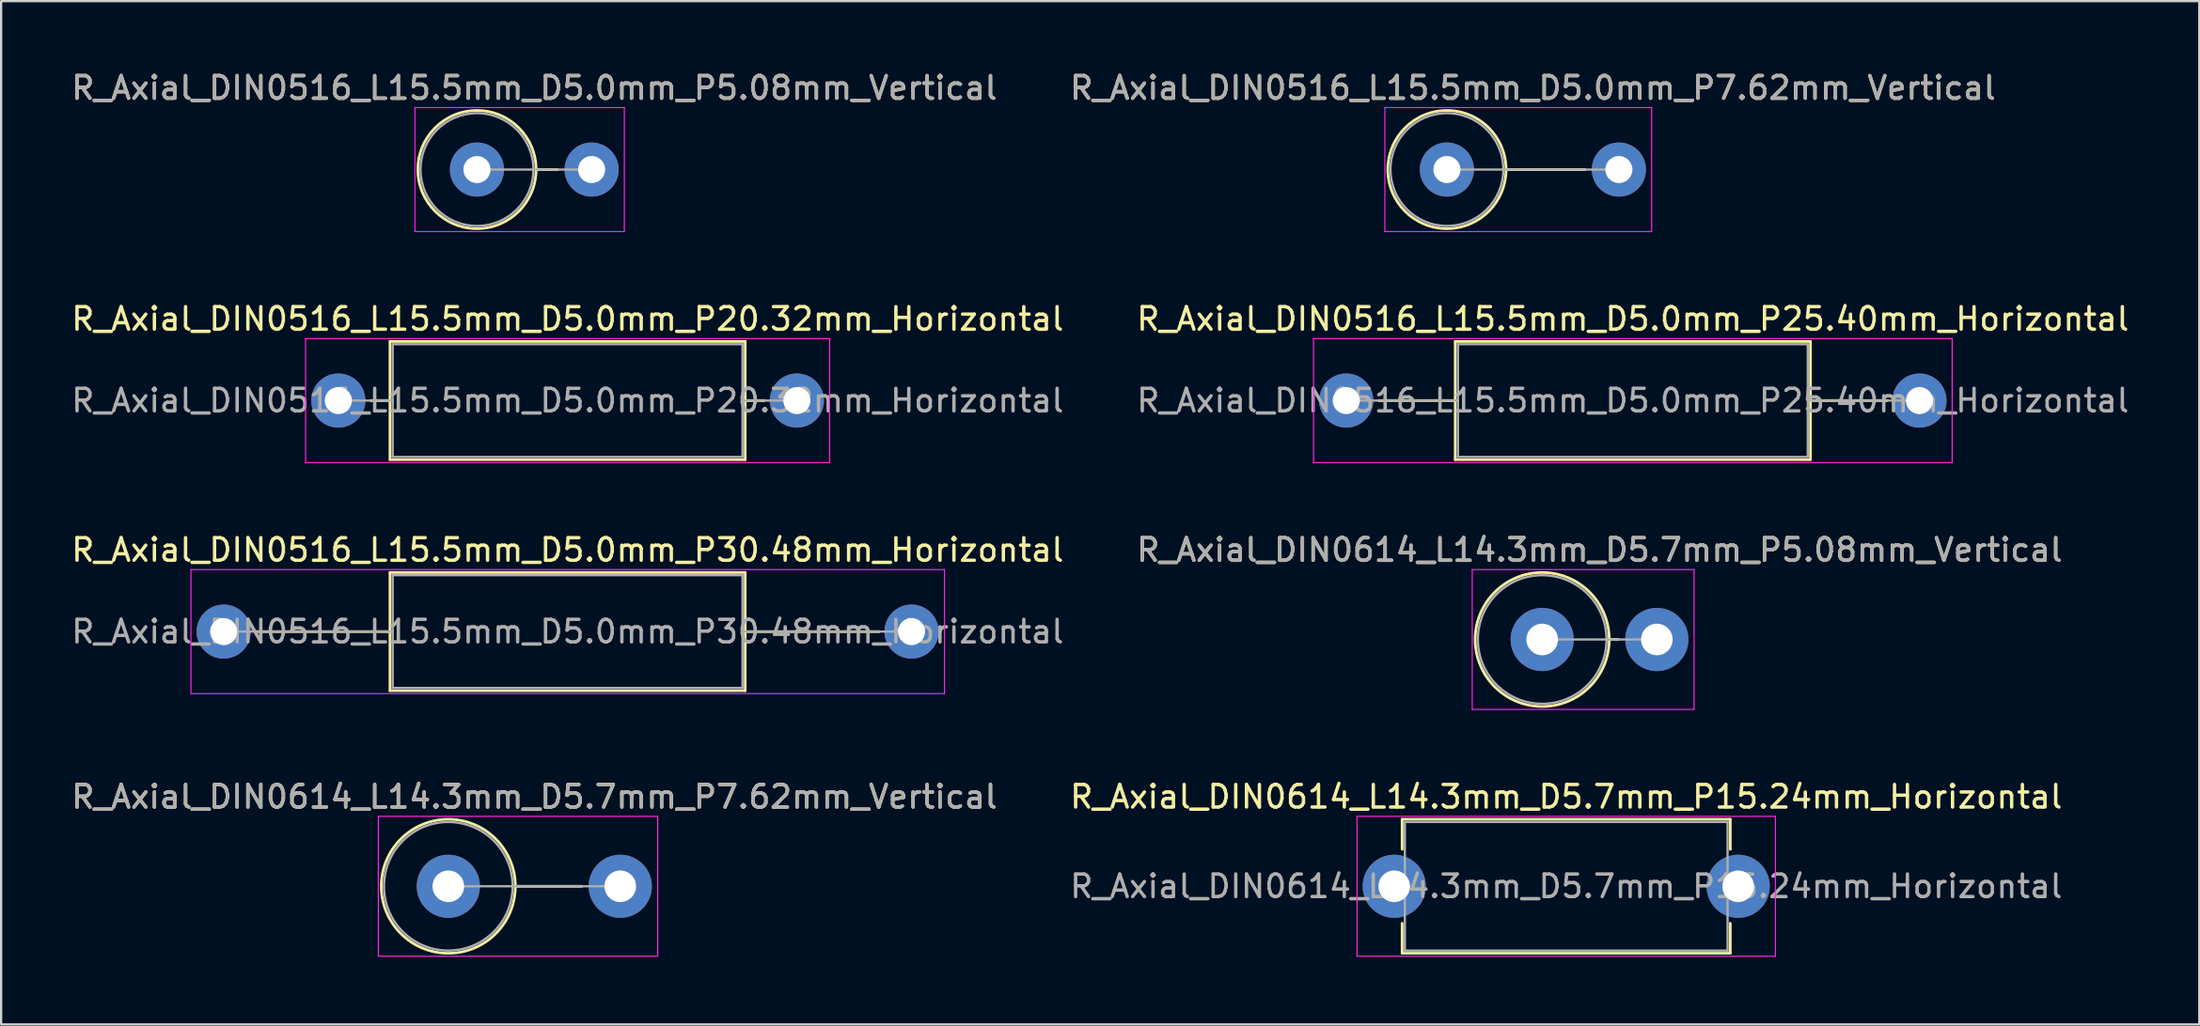
<source format=kicad_pcb>
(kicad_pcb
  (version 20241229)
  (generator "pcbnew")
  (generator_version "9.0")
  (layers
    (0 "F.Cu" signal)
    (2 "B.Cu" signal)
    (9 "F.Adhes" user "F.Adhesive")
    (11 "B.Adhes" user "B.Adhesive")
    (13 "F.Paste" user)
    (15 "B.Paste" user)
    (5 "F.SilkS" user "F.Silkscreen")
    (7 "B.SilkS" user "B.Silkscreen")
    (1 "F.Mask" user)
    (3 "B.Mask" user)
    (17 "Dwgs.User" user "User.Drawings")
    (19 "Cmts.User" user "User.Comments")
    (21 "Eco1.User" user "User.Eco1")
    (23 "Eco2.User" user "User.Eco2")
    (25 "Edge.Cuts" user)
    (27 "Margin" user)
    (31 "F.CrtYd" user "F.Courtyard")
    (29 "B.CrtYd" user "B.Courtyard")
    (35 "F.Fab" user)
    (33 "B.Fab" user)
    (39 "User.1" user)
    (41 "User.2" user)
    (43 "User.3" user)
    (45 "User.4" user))
  (footprint "R_Axial_DIN0614_L14.3mm_D5.7mm_P15.24mm_Horizontal"
    (layer "F.Cu")
    (at 58.731 36.248)
    (property "Reference" "R_Axial_DIN0614_L14.3mm_D5.7mm_P15.24mm_Horizontal" (at 7.62 -3.97 0) (layer "F.SilkS") (effects (font (size 1 1) (thickness 0.15))))
    (attr through_hole)
    (fp_line (start 0.35 -2.97) (end 14.89 -2.97) (stroke (width 0.12) (type solid)) (layer "F.SilkS"))
    (fp_line (start 0.35 -1.64) (end 0.35 -2.97) (stroke (width 0.12) (type solid)) (layer "F.SilkS"))
    (fp_line (start 0.35 1.64) (end 0.35 2.97) (stroke (width 0.12) (type solid)) (layer "F.SilkS"))
    (fp_line (start 0.35 2.97) (end 14.89 2.97) (stroke (width 0.12) (type solid)) (layer "F.SilkS"))
    (fp_line (start 14.89 -2.97) (end 14.89 -1.64) (stroke (width 0.12) (type solid)) (layer "F.SilkS"))
    (fp_line (start 14.89 2.97) (end 14.89 1.64) (stroke (width 0.12) (type solid)) (layer "F.SilkS"))
    (fp_line (start -1.65 -3.1) (end -1.65 3.1) (stroke (width 0.05) (type solid)) (layer "F.CrtYd"))
    (fp_line (start -1.65 3.1) (end 16.89 3.1) (stroke (width 0.05) (type solid)) (layer "F.CrtYd"))
    (fp_line (start 16.89 -3.1) (end -1.65 -3.1) (stroke (width 0.05) (type solid)) (layer "F.CrtYd"))
    (fp_line (start 16.89 3.1) (end 16.89 -3.1) (stroke (width 0.05) (type solid)) (layer "F.CrtYd"))
    (fp_line (start 0 0) (end 0.47 0) (stroke (width 0.1) (type solid)) (layer "F.Fab"))
    (fp_line (start 0.47 -2.85) (end 0.47 2.85) (stroke (width 0.1) (type solid)) (layer "F.Fab"))
    (fp_line (start 0.47 2.85) (end 14.77 2.85) (stroke (width 0.1) (type solid)) (layer "F.Fab"))
    (fp_line (start 14.77 -2.85) (end 0.47 -2.85) (stroke (width 0.1) (type solid)) (layer "F.Fab"))
    (fp_line (start 14.77 2.85) (end 14.77 -2.85) (stroke (width 0.1) (type solid)) (layer "F.Fab"))
    (fp_line (start 15.24 0) (end 14.77 0) (stroke (width 0.1) (type solid)) (layer "F.Fab"))
    (fp_text user "${REFERENCE}" (at 7.62 0 0) (layer "F.Fab") (effects (font (size 1 1) (thickness 0.15))))
    (pad "1" thru_hole circle (at 0 0) (size 2.8 2.8) (drill 1.4) (layers "*.Cu" "*.Mask"))
    (pad "2" thru_hole oval (at 15.24 0) (size 2.8 2.8) (drill 1.4) (layers "*.Cu" "*.Mask")))
  (footprint "R_Axial_DIN0516_L15.5mm_D5.0mm_P30.48mm_Horizontal"
    (layer "F.Cu")
    (at 6.861 24.955)
    (property "Reference" "R_Axial_DIN0516_L15.5mm_D5.0mm_P30.48mm_Horizontal" (at 15.24 -3.62 0) (layer "F.SilkS") (effects (font (size 1 1) (thickness 0.15))))
    (attr through_hole)
    (fp_line (start 1.44 0) (end 7.37 0) (stroke (width 0.12) (type solid)) (layer "F.SilkS"))
    (fp_line (start 7.37 -2.62) (end 7.37 2.62) (stroke (width 0.12) (type solid)) (layer "F.SilkS"))
    (fp_line (start 7.37 2.62) (end 23.11 2.62) (stroke (width 0.12) (type solid)) (layer "F.SilkS"))
    (fp_line (start 23.11 -2.62) (end 7.37 -2.62) (stroke (width 0.12) (type solid)) (layer "F.SilkS"))
    (fp_line (start 23.11 2.62) (end 23.11 -2.62) (stroke (width 0.12) (type solid)) (layer "F.SilkS"))
    (fp_line (start 29.04 0) (end 23.11 0) (stroke (width 0.12) (type solid)) (layer "F.SilkS"))
    (fp_line (start -1.45 -2.75) (end -1.45 2.75) (stroke (width 0.05) (type solid)) (layer "F.CrtYd"))
    (fp_line (start -1.45 2.75) (end 31.94 2.75) (stroke (width 0.05) (type solid)) (layer "F.CrtYd"))
    (fp_line (start 31.94 -2.75) (end -1.45 -2.75) (stroke (width 0.05) (type solid)) (layer "F.CrtYd"))
    (fp_line (start 31.94 2.75) (end 31.94 -2.75) (stroke (width 0.05) (type solid)) (layer "F.CrtYd"))
    (fp_line (start 0 0) (end 7.49 0) (stroke (width 0.1) (type solid)) (layer "F.Fab"))
    (fp_line (start 7.49 -2.5) (end 7.49 2.5) (stroke (width 0.1) (type solid)) (layer "F.Fab"))
    (fp_line (start 7.49 2.5) (end 22.99 2.5) (stroke (width 0.1) (type solid)) (layer "F.Fab"))
    (fp_line (start 22.99 -2.5) (end 7.49 -2.5) (stroke (width 0.1) (type solid)) (layer "F.Fab"))
    (fp_line (start 22.99 2.5) (end 22.99 -2.5) (stroke (width 0.1) (type solid)) (layer "F.Fab"))
    (fp_line (start 30.48 0) (end 22.99 0) (stroke (width 0.1) (type solid)) (layer "F.Fab"))
    (fp_text user "${REFERENCE}" (at 15.24 0 0) (layer "F.Fab") (effects (font (size 1 1) (thickness 0.15))))
    (pad "1" thru_hole circle (at 0 0) (size 2.4 2.4) (drill 1.2) (layers "*.Cu" "*.Mask"))
    (pad "2" thru_hole oval (at 30.48 0) (size 2.4 2.4) (drill 1.2) (layers "*.Cu" "*.Mask")))
  (footprint "R_Axial_DIN0516_L15.5mm_D5.0mm_P7.62mm_Vertical"
    (layer "F.Cu")
    (at 61.065 4.468)
    (property "Reference" "R_Axial_DIN0516_L15.5mm_D5.0mm_P7.62mm_Vertical" (at 3.81 -3.62 0) (layer "F.SilkS") (effects (font (size 1 1) (thickness 0.15))))
    (attr through_hole)
    (fp_line (start 2.62 0) (end 6.12 0) (stroke (width 0.12) (type solid)) (layer "F.SilkS"))
    (fp_circle (center 0 0) (end 2.62 0) (stroke (width 0.12) (type solid)) (fill no) (layer "F.SilkS"))
    (fp_line (start -2.75 -2.75) (end -2.75 2.75) (stroke (width 0.05) (type solid)) (layer "F.CrtYd"))
    (fp_line (start -2.75 2.75) (end 9.07 2.75) (stroke (width 0.05) (type solid)) (layer "F.CrtYd"))
    (fp_line (start 9.07 -2.75) (end -2.75 -2.75) (stroke (width 0.05) (type solid)) (layer "F.CrtYd"))
    (fp_line (start 9.07 2.75) (end 9.07 -2.75) (stroke (width 0.05) (type solid)) (layer "F.CrtYd"))
    (fp_line (start 0 0) (end 7.62 0) (stroke (width 0.1) (type solid)) (layer "F.Fab"))
    (fp_circle (center 0 0) (end 2.5 0) (stroke (width 0.1) (type solid)) (fill no) (layer "F.Fab"))
    (fp_text user "${REFERENCE}" (at 3.81 -3.62 0) (layer "F.Fab") (effects (font (size 1 1) (thickness 0.15))))
    (pad "1" thru_hole circle (at 0 0) (size 2.4 2.4) (drill 1.2) (layers "*.Cu" "*.Mask"))
    (pad "2" thru_hole oval (at 7.62 0) (size 2.4 2.4) (drill 1.2) (layers "*.Cu" "*.Mask")))
  (footprint "R_Axial_DIN0614_L14.3mm_D5.7mm_P5.08mm_Vertical"
    (layer "F.Cu")
    (at 65.287 25.305)
    (property "Reference" "R_Axial_DIN0614_L14.3mm_D5.7mm_P5.08mm_Vertical" (at 2.54 -3.97 0) (layer "F.SilkS") (effects (font (size 1 1) (thickness 0.15))))
    (attr through_hole)
    (fp_line (start 2.97 0) (end 3.38 0) (stroke (width 0.12) (type solid)) (layer "F.SilkS"))
    (fp_circle (center 0 0) (end 2.97 0) (stroke (width 0.12) (type solid)) (fill no) (layer "F.SilkS"))
    (fp_line (start -3.1 -3.1) (end -3.1 3.1) (stroke (width 0.05) (type solid)) (layer "F.CrtYd"))
    (fp_line (start -3.1 3.1) (end 6.73 3.1) (stroke (width 0.05) (type solid)) (layer "F.CrtYd"))
    (fp_line (start 6.73 -3.1) (end -3.1 -3.1) (stroke (width 0.05) (type solid)) (layer "F.CrtYd"))
    (fp_line (start 6.73 3.1) (end 6.73 -3.1) (stroke (width 0.05) (type solid)) (layer "F.CrtYd"))
    (fp_line (start 0 0) (end 5.08 0) (stroke (width 0.1) (type solid)) (layer "F.Fab"))
    (fp_circle (center 0 0) (end 2.85 0) (stroke (width 0.1) (type solid)) (fill no) (layer "F.Fab"))
    (fp_text user "${REFERENCE}" (at 2.54 -3.97 0) (layer "F.Fab") (effects (font (size 1 1) (thickness 0.15))))
    (pad "1" thru_hole circle (at 0 0) (size 2.8 2.8) (drill 1.4) (layers "*.Cu" "*.Mask"))
    (pad "2" thru_hole oval (at 5.08 0) (size 2.8 2.8) (drill 1.4) (layers "*.Cu" "*.Mask")))
  (footprint "R_Axial_DIN0516_L15.5mm_D5.0mm_P25.40mm_Horizontal"
    (layer "F.Cu")
    (at 56.604 14.711)
    (property "Reference" "R_Axial_DIN0516_L15.5mm_D5.0mm_P25.40mm_Horizontal" (at 12.7 -3.62 0) (layer "F.SilkS") (effects (font (size 1 1) (thickness 0.15))))
    (attr through_hole)
    (fp_line (start 1.44 0) (end 4.83 0) (stroke (width 0.12) (type solid)) (layer "F.SilkS"))
    (fp_line (start 4.83 -2.62) (end 4.83 2.62) (stroke (width 0.12) (type solid)) (layer "F.SilkS"))
    (fp_line (start 4.83 2.62) (end 20.57 2.62) (stroke (width 0.12) (type solid)) (layer "F.SilkS"))
    (fp_line (start 20.57 -2.62) (end 4.83 -2.62) (stroke (width 0.12) (type solid)) (layer "F.SilkS"))
    (fp_line (start 20.57 2.62) (end 20.57 -2.62) (stroke (width 0.12) (type solid)) (layer "F.SilkS"))
    (fp_line (start 23.96 0) (end 20.57 0) (stroke (width 0.12) (type solid)) (layer "F.SilkS"))
    (fp_line (start -1.45 -2.75) (end -1.45 2.75) (stroke (width 0.05) (type solid)) (layer "F.CrtYd"))
    (fp_line (start -1.45 2.75) (end 26.85 2.75) (stroke (width 0.05) (type solid)) (layer "F.CrtYd"))
    (fp_line (start 26.85 -2.75) (end -1.45 -2.75) (stroke (width 0.05) (type solid)) (layer "F.CrtYd"))
    (fp_line (start 26.85 2.75) (end 26.85 -2.75) (stroke (width 0.05) (type solid)) (layer "F.CrtYd"))
    (fp_line (start 0 0) (end 4.95 0) (stroke (width 0.1) (type solid)) (layer "F.Fab"))
    (fp_line (start 4.95 -2.5) (end 4.95 2.5) (stroke (width 0.1) (type solid)) (layer "F.Fab"))
    (fp_line (start 4.95 2.5) (end 20.45 2.5) (stroke (width 0.1) (type solid)) (layer "F.Fab"))
    (fp_line (start 20.45 -2.5) (end 4.95 -2.5) (stroke (width 0.1) (type solid)) (layer "F.Fab"))
    (fp_line (start 20.45 2.5) (end 20.45 -2.5) (stroke (width 0.1) (type solid)) (layer "F.Fab"))
    (fp_line (start 25.4 0) (end 20.45 0) (stroke (width 0.1) (type solid)) (layer "F.Fab"))
    (fp_text user "${REFERENCE}" (at 12.7 0 0) (layer "F.Fab") (effects (font (size 1 1) (thickness 0.15))))
    (pad "1" thru_hole circle (at 0 0) (size 2.4 2.4) (drill 1.2) (layers "*.Cu" "*.Mask"))
    (pad "2" thru_hole oval (at 25.4 0) (size 2.4 2.4) (drill 1.2) (layers "*.Cu" "*.Mask")))
  (footprint "R_Axial_DIN0614_L14.3mm_D5.7mm_P7.62mm_Vertical"
    (layer "F.Cu")
    (at 16.815 36.248)
    (property "Reference" "R_Axial_DIN0614_L14.3mm_D5.7mm_P7.62mm_Vertical" (at 3.81 -3.97 0) (layer "F.SilkS") (effects (font (size 1 1) (thickness 0.15))))
    (attr through_hole)
    (fp_line (start 2.97 0) (end 5.92 0) (stroke (width 0.12) (type solid)) (layer "F.SilkS"))
    (fp_circle (center 0 0) (end 2.97 0) (stroke (width 0.12) (type solid)) (fill no) (layer "F.SilkS"))
    (fp_line (start -3.1 -3.1) (end -3.1 3.1) (stroke (width 0.05) (type solid)) (layer "F.CrtYd"))
    (fp_line (start -3.1 3.1) (end 9.28 3.1) (stroke (width 0.05) (type solid)) (layer "F.CrtYd"))
    (fp_line (start 9.28 -3.1) (end -3.1 -3.1) (stroke (width 0.05) (type solid)) (layer "F.CrtYd"))
    (fp_line (start 9.28 3.1) (end 9.28 -3.1) (stroke (width 0.05) (type solid)) (layer "F.CrtYd"))
    (fp_line (start 0 0) (end 7.62 0) (stroke (width 0.1) (type solid)) (layer "F.Fab"))
    (fp_circle (center 0 0) (end 2.85 0) (stroke (width 0.1) (type solid)) (fill no) (layer "F.Fab"))
    (fp_text user "${REFERENCE}" (at 3.81 -3.97 0) (layer "F.Fab") (effects (font (size 1 1) (thickness 0.15))))
    (pad "1" thru_hole circle (at 0 0) (size 2.8 2.8) (drill 1.4) (layers "*.Cu" "*.Mask"))
    (pad "2" thru_hole oval (at 7.62 0) (size 2.8 2.8) (drill 1.4) (layers "*.Cu" "*.Mask")))
  (footprint "R_Axial_DIN0516_L15.5mm_D5.0mm_P20.32mm_Horizontal"
    (layer "F.Cu")
    (at 11.941 14.711)
    (property "Reference" "R_Axial_DIN0516_L15.5mm_D5.0mm_P20.32mm_Horizontal" (at 10.16 -3.62 0) (layer "F.SilkS") (effects (font (size 1 1) (thickness 0.15))))
    (attr through_hole)
    (fp_line (start 1.44 0) (end 2.29 0) (stroke (width 0.12) (type solid)) (layer "F.SilkS"))
    (fp_line (start 2.29 -2.62) (end 2.29 2.62) (stroke (width 0.12) (type solid)) (layer "F.SilkS"))
    (fp_line (start 2.29 2.62) (end 18.03 2.62) (stroke (width 0.12) (type solid)) (layer "F.SilkS"))
    (fp_line (start 18.03 -2.62) (end 2.29 -2.62) (stroke (width 0.12) (type solid)) (layer "F.SilkS"))
    (fp_line (start 18.03 2.62) (end 18.03 -2.62) (stroke (width 0.12) (type solid)) (layer "F.SilkS"))
    (fp_line (start 18.88 0) (end 18.03 0) (stroke (width 0.12) (type solid)) (layer "F.SilkS"))
    (fp_line (start -1.45 -2.75) (end -1.45 2.75) (stroke (width 0.05) (type solid)) (layer "F.CrtYd"))
    (fp_line (start -1.45 2.75) (end 21.77 2.75) (stroke (width 0.05) (type solid)) (layer "F.CrtYd"))
    (fp_line (start 21.77 -2.75) (end -1.45 -2.75) (stroke (width 0.05) (type solid)) (layer "F.CrtYd"))
    (fp_line (start 21.77 2.75) (end 21.77 -2.75) (stroke (width 0.05) (type solid)) (layer "F.CrtYd"))
    (fp_line (start 0 0) (end 2.41 0) (stroke (width 0.1) (type solid)) (layer "F.Fab"))
    (fp_line (start 2.41 -2.5) (end 2.41 2.5) (stroke (width 0.1) (type solid)) (layer "F.Fab"))
    (fp_line (start 2.41 2.5) (end 17.91 2.5) (stroke (width 0.1) (type solid)) (layer "F.Fab"))
    (fp_line (start 17.91 -2.5) (end 2.41 -2.5) (stroke (width 0.1) (type solid)) (layer "F.Fab"))
    (fp_line (start 17.91 2.5) (end 17.91 -2.5) (stroke (width 0.1) (type solid)) (layer "F.Fab"))
    (fp_line (start 20.32 0) (end 17.91 0) (stroke (width 0.1) (type solid)) (layer "F.Fab"))
    (fp_text user "${REFERENCE}" (at 10.16 0 0) (layer "F.Fab") (effects (font (size 1 1) (thickness 0.15))))
    (pad "1" thru_hole circle (at 0 0) (size 2.4 2.4) (drill 1.2) (layers "*.Cu" "*.Mask"))
    (pad "2" thru_hole oval (at 20.32 0) (size 2.4 2.4) (drill 1.2) (layers "*.Cu" "*.Mask")))
  (footprint "R_Axial_DIN0516_L15.5mm_D5.0mm_P5.08mm_Vertical"
    (layer "F.Cu")
    (at 18.085 4.468)
    (property "Reference" "R_Axial_DIN0516_L15.5mm_D5.0mm_P5.08mm_Vertical" (at 2.54 -3.62 0) (layer "F.SilkS") (effects (font (size 1 1) (thickness 0.15))))
    (attr through_hole)
    (fp_line (start 2.62 0) (end 3.58 0) (stroke (width 0.12) (type solid)) (layer "F.SilkS"))
    (fp_circle (center 0 0) (end 2.62 0) (stroke (width 0.12) (type solid)) (fill no) (layer "F.SilkS"))
    (fp_line (start -2.75 -2.75) (end -2.75 2.75) (stroke (width 0.05) (type solid)) (layer "F.CrtYd"))
    (fp_line (start -2.75 2.75) (end 6.53 2.75) (stroke (width 0.05) (type solid)) (layer "F.CrtYd"))
    (fp_line (start 6.53 -2.75) (end -2.75 -2.75) (stroke (width 0.05) (type solid)) (layer "F.CrtYd"))
    (fp_line (start 6.53 2.75) (end 6.53 -2.75) (stroke (width 0.05) (type solid)) (layer "F.CrtYd"))
    (fp_line (start 0 0) (end 5.08 0) (stroke (width 0.1) (type solid)) (layer "F.Fab"))
    (fp_circle (center 0 0) (end 2.5 0) (stroke (width 0.1) (type solid)) (fill no) (layer "F.Fab"))
    (fp_text user "${REFERENCE}" (at 2.54 -3.62 0) (layer "F.Fab") (effects (font (size 1 1) (thickness 0.15))))
    (pad "1" thru_hole circle (at 0 0) (size 2.4 2.4) (drill 1.2) (layers "*.Cu" "*.Mask"))
    (pad "2" thru_hole oval (at 5.08 0) (size 2.4 2.4) (drill 1.2) (layers "*.Cu" "*.Mask")))
  (gr_rect
    (start -3 -3)
    (end 94.405 42.373)
    (stroke (width 0.1) (type default))
    (fill no)
    (layer "Edge.Cuts")))
</source>
